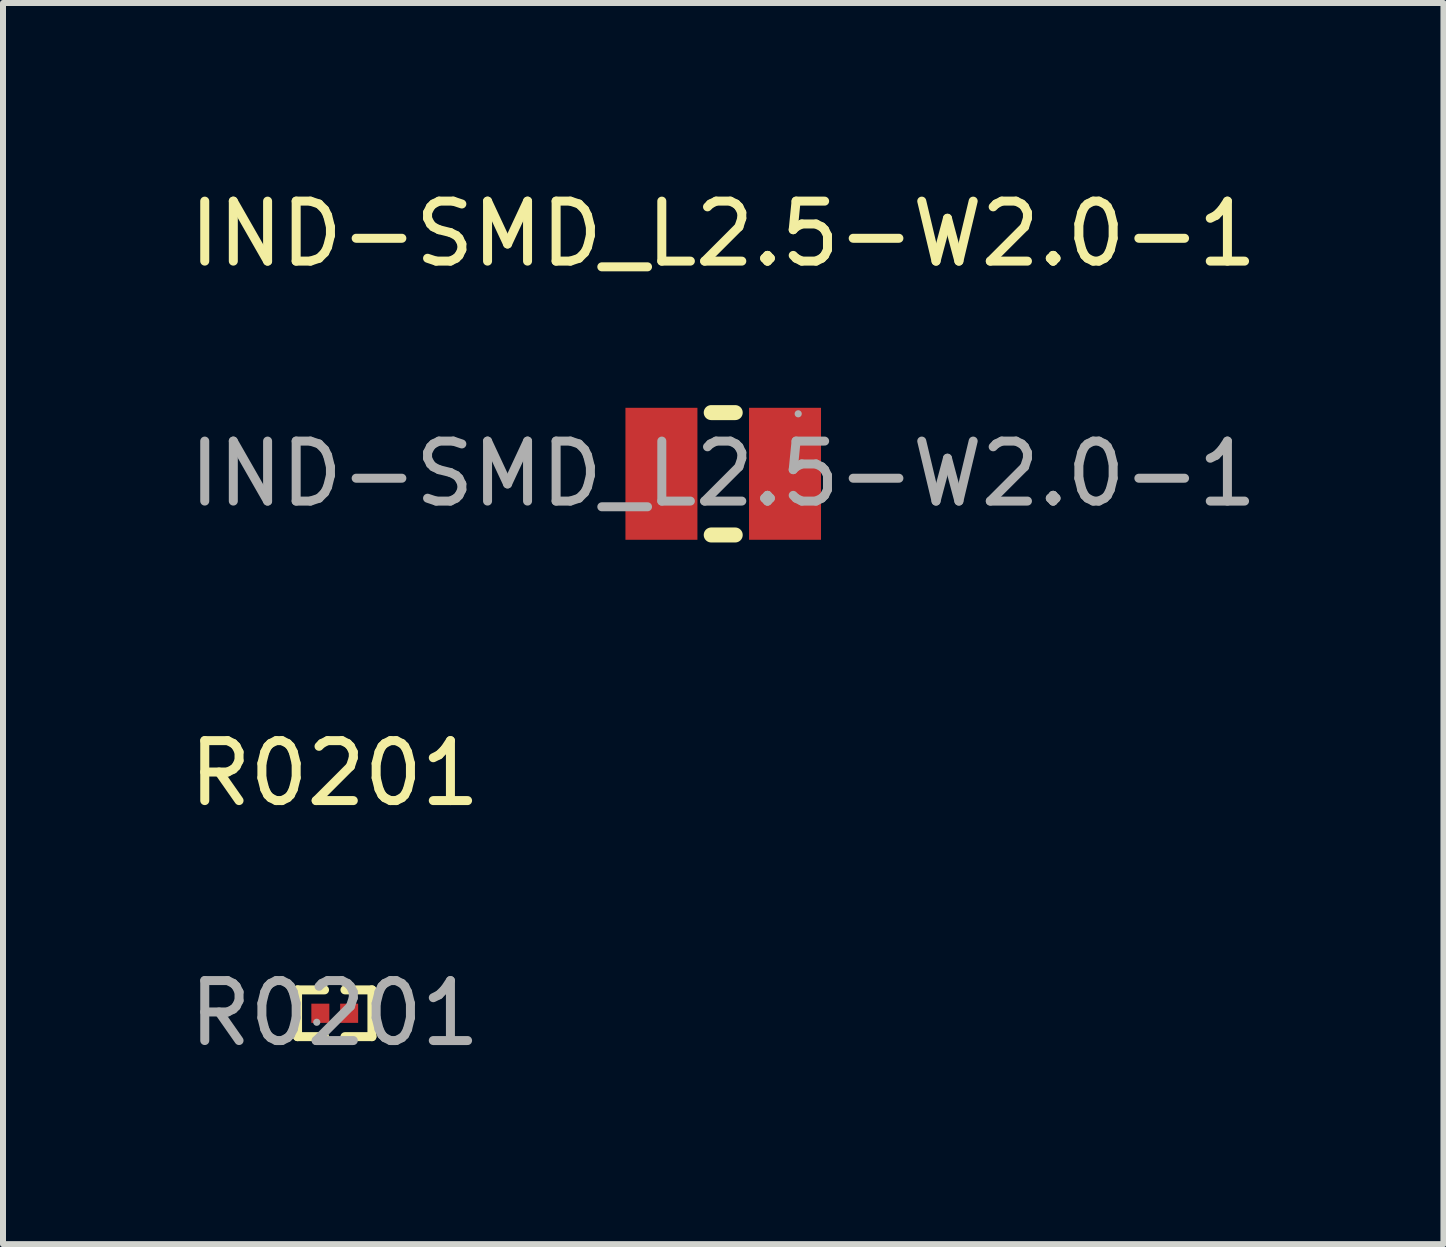
<source format=kicad_pcb>
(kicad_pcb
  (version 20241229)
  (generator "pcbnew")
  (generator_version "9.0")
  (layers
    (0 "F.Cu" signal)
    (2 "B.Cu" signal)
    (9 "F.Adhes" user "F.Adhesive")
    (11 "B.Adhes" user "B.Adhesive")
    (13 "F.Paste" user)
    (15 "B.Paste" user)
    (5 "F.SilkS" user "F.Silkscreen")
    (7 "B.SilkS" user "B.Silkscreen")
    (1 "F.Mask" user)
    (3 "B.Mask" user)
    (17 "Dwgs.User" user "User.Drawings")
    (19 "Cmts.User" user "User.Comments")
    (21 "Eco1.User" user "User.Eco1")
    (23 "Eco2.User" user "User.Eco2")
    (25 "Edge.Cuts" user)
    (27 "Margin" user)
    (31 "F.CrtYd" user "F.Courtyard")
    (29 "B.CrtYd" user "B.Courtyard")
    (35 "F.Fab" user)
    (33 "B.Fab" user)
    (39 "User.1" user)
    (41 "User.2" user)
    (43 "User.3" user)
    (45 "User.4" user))
  (footprint "R0201"
    (layer "F.Cu")
    (at 2.53 13.841)
    (property "Reference" "R0201" (at 0 -4 0) (layer "F.SilkS") (effects (font (size 1 1) (thickness 0.15))))
    (attr through_hole)
    (fp_line (start -0.62 -0.39) (end -0.17 -0.39) (stroke (width 0.15) (type solid)) (layer "F.SilkS"))
    (fp_line (start -0.62 0.39) (end -0.62 -0.39) (stroke (width 0.15) (type solid)) (layer "F.SilkS"))
    (fp_line (start -0.17 0.39) (end -0.62 0.39) (stroke (width 0.15) (type solid)) (layer "F.SilkS"))
    (fp_line (start 0.17 0.39) (end 0.62 0.39) (stroke (width 0.15) (type solid)) (layer "F.SilkS"))
    (fp_line (start 0.62 -0.39) (end 0.17 -0.39) (stroke (width 0.15) (type solid)) (layer "F.SilkS"))
    (fp_line (start 0.62 0.39) (end 0.62 -0.39) (stroke (width 0.15) (type solid)) (layer "F.SilkS"))
    (fp_circle (center -0.3 0.15) (end -0.27 0.15) (stroke (width 0.06) (type solid)) (fill no) (layer "F.Fab"))
    (fp_text user "${REFERENCE}" (at 0 0 0) (layer "F.Fab") (effects (font (size 1 1) (thickness 0.15))))
    (pad "1" smd rect (at -0.24 0) (size 0.3 0.32) (layers "F.Cu" "F.Mask" "F.Paste"))
    (pad "2" smd rect (at 0.24 0) (size 0.3 0.32) (layers "F.Cu" "F.Mask" "F.Paste")))
  (footprint "IND-SMD_L2.5-W2.0-1"
    (layer "F.Cu")
    (at 9.006 4.848)
    (property "Reference" "IND-SMD_L2.5-W2.0-1" (at 0 -4 0) (layer "F.SilkS") (effects (font (size 1 1) (thickness 0.15))))
    (attr smd)
    (fp_line (start -0.2 1.02) (end 0.2 1.02) (stroke (width 0.25) (type solid)) (layer "F.SilkS"))
    (fp_line (start 0.2 -1.02) (end -0.2 -1.02) (stroke (width 0.25) (type solid)) (layer "F.SilkS"))
    (fp_circle (center 1.25 -1) (end 1.28 -1) (stroke (width 0.06) (type solid)) (fill no) (layer "F.Fab"))
    (fp_text user "${REFERENCE}" (at 0 0 0) (layer "F.Fab") (effects (font (size 1 1) (thickness 0.15))))
    (pad "1" smd rect (at 1.03 0) (size 1.2 2.2) (layers "F.Cu" "F.Mask" "F.Paste"))
    (pad "2" smd rect (at -1.03 0) (size 1.2 2.2) (layers "F.Cu" "F.Mask" "F.Paste")))
  (gr_rect
    (start -3 -3)
    (end 21.012 17.69)
    (stroke (width 0.1) (type default))
    (fill no)
    (layer "Edge.Cuts")))
</source>
